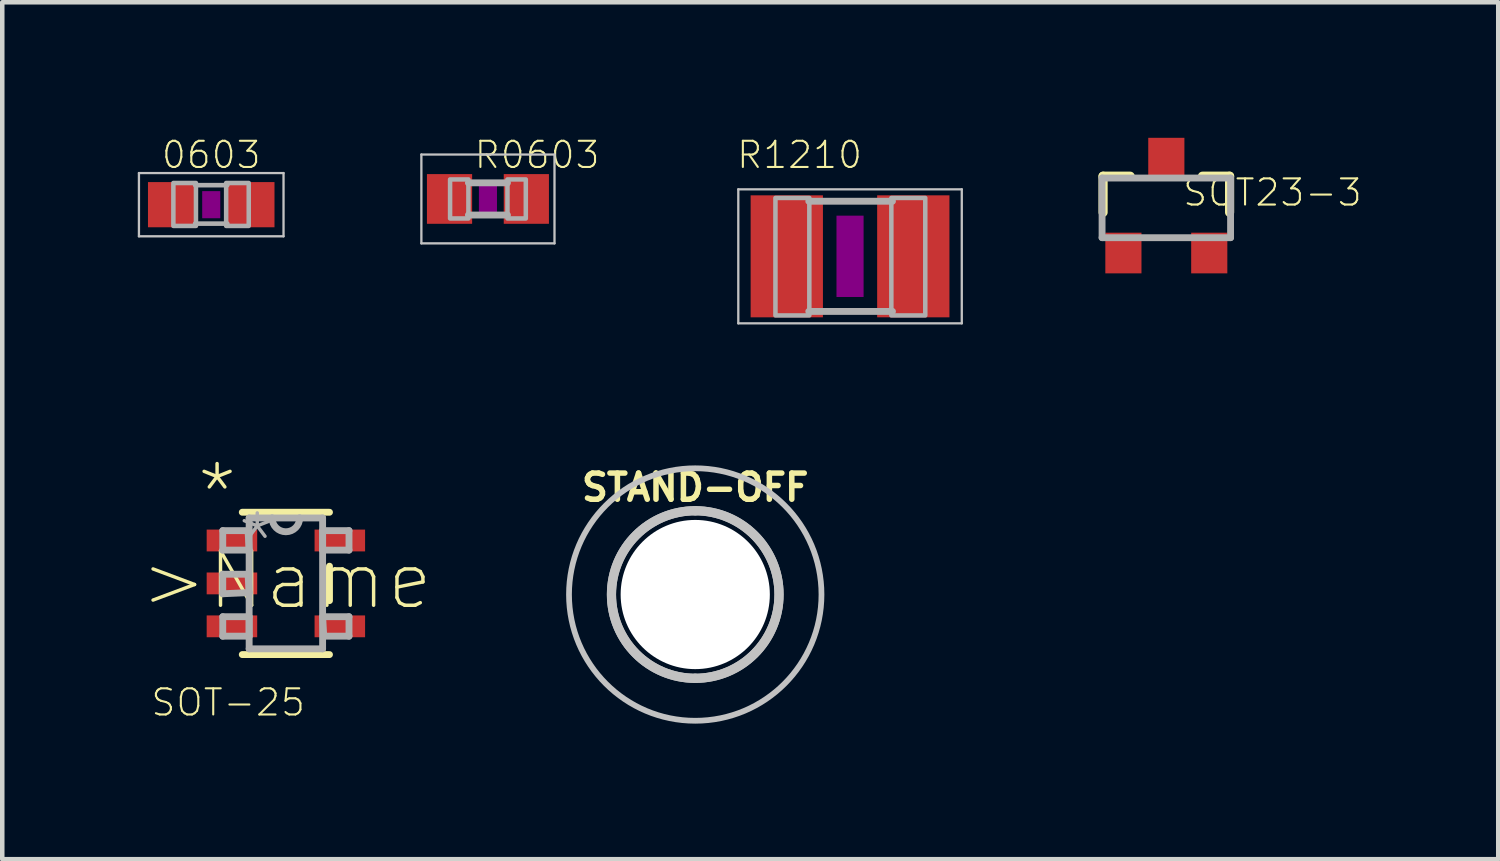
<source format=kicad_pcb>
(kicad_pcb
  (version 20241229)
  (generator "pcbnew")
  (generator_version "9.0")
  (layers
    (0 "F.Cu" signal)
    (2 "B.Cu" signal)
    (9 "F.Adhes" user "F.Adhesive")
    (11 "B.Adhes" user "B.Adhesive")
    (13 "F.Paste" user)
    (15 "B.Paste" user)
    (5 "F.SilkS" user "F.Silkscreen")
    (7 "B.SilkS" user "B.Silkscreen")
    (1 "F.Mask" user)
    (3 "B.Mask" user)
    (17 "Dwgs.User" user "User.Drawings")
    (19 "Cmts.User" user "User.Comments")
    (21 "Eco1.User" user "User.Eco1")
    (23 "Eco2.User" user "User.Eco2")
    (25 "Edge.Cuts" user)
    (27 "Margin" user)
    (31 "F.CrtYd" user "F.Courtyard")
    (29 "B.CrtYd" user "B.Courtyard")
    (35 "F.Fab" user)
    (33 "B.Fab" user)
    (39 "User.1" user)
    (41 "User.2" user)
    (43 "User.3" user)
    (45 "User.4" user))
  (footprint "STAND-OFF"
    (layer "F.Cu")
    (at 12.337 10.108)
    (property "Reference" "STAND-OFF" (at 0 -2.032 0) (layer "F.SilkS") (effects (font (size 0.579 0.579) (thickness 0.122)) (justify bottom)))
    (attr through_hole)
    (fp_arc (start 0 -1.8542) (mid 1.8542 0) (end 0 1.8542) (stroke (width 0.2032) (type solid)) (layer "Dwgs.User"))
    (fp_arc (start 0 -1.8542) (mid 1.8542 0) (end 0 1.8542) (stroke (width 0.2032) (type solid)) (layer "Dwgs.User"))
    (fp_arc (start 0 1.8542) (mid -1.8542 0) (end 0 -1.8542) (stroke (width 0.2032) (type solid)) (layer "Dwgs.User"))
    (fp_arc (start 0 1.8542) (mid -1.8542 0) (end 0 -1.8542) (stroke (width 0.2032) (type solid)) (layer "Dwgs.User"))
    (fp_circle (center 0 0) (end 2.794 0) (stroke (width 0.127) (type solid)) (fill no) (layer "Dwgs.User"))
    (pad "" np_thru_hole circle (at 0 0) (size 3.302 3.302) (drill 3.302) (layers "*.Cu" "*.Mask")))
  (footprint "R1210"
    (layer "F.Cu")
    (at 15.763 2.623)
    (property "Reference" "R1210" (at -2.54 -1.905 180) (layer "F.SilkS") (effects (font (size 0.579 0.579) (thickness 0.046)) (justify left bottom)))
    (attr through_hole)
    (fp_poly (pts (xy -0.3 0.9) (xy 0.3 0.9) (xy 0.3 -0.9) (xy -0.3 -0.9)) (stroke (width 0) (type solid)) (fill yes) (layer "F.Adhes"))
    (fp_line (start -2.473 -1.483) (end 2.473 -1.483) (stroke (width 0.051) (type solid)) (layer "Dwgs.User"))
    (fp_line (start -2.473 1.483) (end -2.473 -1.483) (stroke (width 0.051) (type solid)) (layer "Dwgs.User"))
    (fp_line (start 2.473 -1.483) (end 2.473 1.483) (stroke (width 0.051) (type solid)) (layer "Dwgs.User"))
    (fp_line (start 2.473 1.483) (end -2.473 1.483) (stroke (width 0.051) (type solid)) (layer "Dwgs.User"))
    (fp_line (start -0.913 -1.219) (end 0.939 -1.219) (stroke (width 0.152) (type solid)) (layer "F.Fab"))
    (fp_line (start -0.913 1.219) (end 0.939 1.219) (stroke (width 0.152) (type solid)) (layer "F.Fab"))
    (fp_poly (pts (xy -1.651 1.308) (xy -0.901 1.308) (xy -0.901 -1.292) (xy -1.651 -1.292)) (stroke (width 0.1) (type solid)) (fill no) (layer "F.Fab"))
    (fp_poly (pts (xy 0.914 1.308) (xy 1.665 1.308) (xy 1.665 -1.292) (xy 0.914 -1.292)) (stroke (width 0.1) (type solid)) (fill no) (layer "F.Fab"))
    (pad "1" smd rect (at -1.4 0) (size 1.6 2.7) (layers "F.Cu" "F.Mask" "F.Paste"))
    (pad "2" smd rect (at 1.4 0) (size 1.6 2.7) (layers "F.Cu" "F.Mask" "F.Paste")))
  (footprint "SOT23-3"
    (layer "F.Cu")
    (at 22.763 1.55)
    (property "Reference" "SOT23-3" (at 2.349 0 180) (layer "F.SilkS") (effects (font (size 0.579 0.579) (thickness 0.046)) (justify bottom)))
    (attr through_hole)
    (fp_line (start -1.4 -0.7) (end -1.4 0.1) (stroke (width 0.203) (type solid)) (layer "F.SilkS"))
    (fp_line (start -0.8 -0.7) (end -1.4 -0.7) (stroke (width 0.203) (type solid)) (layer "F.SilkS"))
    (fp_line (start 0.8 -0.7) (end 1.4 -0.7) (stroke (width 0.203) (type solid)) (layer "F.SilkS"))
    (fp_line (start 1.4 -0.7) (end 1.4 0.1) (stroke (width 0.203) (type solid)) (layer "F.SilkS"))
    (fp_line (start -1.422 -0.66) (end 1.422 -0.66) (stroke (width 0.152) (type solid)) (layer "F.Fab"))
    (fp_line (start -1.422 0.66) (end -1.422 -0.66) (stroke (width 0.152) (type solid)) (layer "F.Fab"))
    (fp_line (start 1.422 -0.66) (end 1.422 0.66) (stroke (width 0.152) (type solid)) (layer "F.Fab"))
    (fp_line (start 1.422 0.66) (end -1.422 0.66) (stroke (width 0.152) (type solid)) (layer "F.Fab"))
    (pad "1" smd rect (at -0.95 1) (size 0.8 0.9) (layers "F.Cu" "F.Mask" "F.Paste"))
    (pad "2" smd rect (at 0.95 1) (size 0.8 0.9) (layers "F.Cu" "F.Mask" "F.Paste"))
    (pad "3" smd rect (at 0 -1.1) (size 0.8 0.9) (layers "F.Cu" "F.Mask" "F.Paste")))
  (footprint "SOT-25"
    (layer "F.Cu")
    (at 3.277 9.862)
    (property "Reference" "SOT-25" (at -1.277 2.635 0) (layer "F.SilkS") (effects (font (size 0.579 0.579) (thickness 0.046))))
    (attr through_hole)
    (fp_line (start -0.965 1.575) (end 0.965 1.575) (stroke (width 0.152) (type solid)) (layer "F.SilkS"))
    (fp_line (start 0.965 -1.575) (end -0.965 -1.575) (stroke (width 0.152) (type solid)) (layer "F.SilkS"))
    (fp_line (start 0.965 0.381) (end 0.965 -0.381) (stroke (width 0.152) (type solid)) (layer "F.SilkS"))
    (fp_line (start -1.397 -1.168) (end -1.397 -0.737) (stroke (width 0.152) (type solid)) (layer "F.Fab"))
    (fp_line (start -1.397 -0.737) (end -0.813 -0.737) (stroke (width 0.152) (type solid)) (layer "F.Fab"))
    (fp_line (start -1.397 -0.203) (end -1.397 0.229) (stroke (width 0.152) (type solid)) (layer "F.Fab"))
    (fp_line (start -1.397 0.229) (end -0.813 0.203) (stroke (width 0.152) (type solid)) (layer "F.Fab"))
    (fp_line (start -1.397 0.737) (end -1.397 1.168) (stroke (width 0.152) (type solid)) (layer "F.Fab"))
    (fp_line (start -1.397 1.168) (end -0.813 1.168) (stroke (width 0.152) (type solid)) (layer "F.Fab"))
    (fp_line (start -0.838 -1.168) (end -1.397 -1.168) (stroke (width 0.152) (type solid)) (layer "F.Fab"))
    (fp_line (start -0.838 -0.203) (end -1.397 -0.203) (stroke (width 0.152) (type solid)) (layer "F.Fab"))
    (fp_line (start -0.813 -1.448) (end -0.813 1.448) (stroke (width 0.152) (type solid)) (layer "F.Fab"))
    (fp_line (start -0.813 -0.737) (end -0.838 -1.168) (stroke (width 0.152) (type solid)) (layer "F.Fab"))
    (fp_line (start -0.813 0.203) (end -0.838 -0.203) (stroke (width 0.152) (type solid)) (layer "F.Fab"))
    (fp_line (start -0.813 0.737) (end -1.397 0.737) (stroke (width 0.152) (type solid)) (layer "F.Fab"))
    (fp_line (start -0.813 1.168) (end -0.813 0.737) (stroke (width 0.152) (type solid)) (layer "F.Fab"))
    (fp_line (start -0.813 1.448) (end 0.813 1.448) (stroke (width 0.152) (type solid)) (layer "F.Fab"))
    (fp_line (start -0.305 -1.448) (end -0.813 -1.448) (stroke (width 0.152) (type solid)) (layer "F.Fab"))
    (fp_line (start 0.305 -1.448) (end -0.305 -1.448) (stroke (width 0.152) (type solid)) (layer "F.Fab"))
    (fp_line (start 0.813 -1.448) (end 0.305 -1.448) (stroke (width 0.152) (type solid)) (layer "F.Fab"))
    (fp_line (start 0.813 -1.168) (end 0.813 -0.737) (stroke (width 0.152) (type solid)) (layer "F.Fab"))
    (fp_line (start 0.813 -0.737) (end 1.397 -0.737) (stroke (width 0.152) (type solid)) (layer "F.Fab"))
    (fp_line (start 0.813 0.737) (end 0.838 1.168) (stroke (width 0.152) (type solid)) (layer "F.Fab"))
    (fp_line (start 0.813 1.448) (end 0.813 -1.448) (stroke (width 0.152) (type solid)) (layer "F.Fab"))
    (fp_line (start 0.838 1.168) (end 1.397 1.168) (stroke (width 0.152) (type solid)) (layer "F.Fab"))
    (fp_line (start 1.397 -1.168) (end 0.813 -1.168) (stroke (width 0.152) (type solid)) (layer "F.Fab"))
    (fp_line (start 1.397 -0.737) (end 1.397 -1.168) (stroke (width 0.152) (type solid)) (layer "F.Fab"))
    (fp_line (start 1.397 0.737) (end 0.813 0.737) (stroke (width 0.152) (type solid)) (layer "F.Fab"))
    (fp_line (start 1.397 1.168) (end 1.397 0.737) (stroke (width 0.152) (type solid)) (layer "F.Fab"))
    (fp_arc (start 0.3048 -1.4478) (mid 0 -1.143) (end -0.3048 -1.4478) (stroke (width 0.1524) (type solid)) (layer "F.Fab"))
    (fp_text user ">Name" (at -3.277 0.635 0) (layer "F.SilkS") (effects (font (size 1.206 1.206) (thickness 0.076)) (justify left bottom)))
    (fp_text user "*" (at -2.032 -1.295 0) (layer "F.SilkS") (effects (font (size 1.206 1.206) (thickness 0.076)) (justify left bottom)))
    (fp_text user "*" (at -1.143 -0.203 0) (layer "F.Fab") (effects (font (size 1.206 1.206) (thickness 0.076)) (justify left bottom)))
    (pad "1" smd rect (at -1.194 -0.95) (size 1.118 0.483) (layers "F.Cu" "F.Mask" "F.Paste"))
    (pad "2" smd rect (at -1.194 0) (size 1.118 0.483) (layers "F.Cu" "F.Mask" "F.Paste"))
    (pad "3" smd rect (at -1.194 0.95) (size 1.118 0.483) (layers "F.Cu" "F.Mask" "F.Paste"))
    (pad "4" smd rect (at 1.194 0.95) (size 1.118 0.483) (layers "F.Cu" "F.Mask" "F.Paste"))
    (pad "5" smd rect (at 1.194 -0.95) (size 1.118 0.483) (layers "F.Cu" "F.Mask" "F.Paste")))
  (footprint "0603"
    (layer "F.Cu")
    (at 1.625 1.48)
    (property "Reference" "0603" (at 0 -0.762 0) (layer "F.SilkS") (effects (font (size 0.579 0.579) (thickness 0.046)) (justify bottom)))
    (attr through_hole)
    (fp_poly (pts (xy -0.2 0.3) (xy 0.2 0.3) (xy 0.2 -0.3) (xy -0.2 -0.3)) (stroke (width 0) (type solid)) (fill yes) (layer "F.Adhes"))
    (fp_line (start -1.6 -0.7) (end 1.6 -0.7) (stroke (width 0.051) (type solid)) (layer "Dwgs.User"))
    (fp_line (start -1.6 0.7) (end -1.6 -0.7) (stroke (width 0.051) (type solid)) (layer "Dwgs.User"))
    (fp_line (start 1.6 -0.7) (end 1.6 0.7) (stroke (width 0.051) (type solid)) (layer "Dwgs.User"))
    (fp_line (start 1.6 0.7) (end -1.6 0.7) (stroke (width 0.051) (type solid)) (layer "Dwgs.User"))
    (fp_line (start -0.356 -0.432) (end 0.356 -0.432) (stroke (width 0.102) (type solid)) (layer "F.Fab"))
    (fp_line (start -0.356 0.419) (end 0.356 0.419) (stroke (width 0.102) (type solid)) (layer "F.Fab"))
    (fp_poly (pts (xy -0.838 0.47) (xy -0.338 0.47) (xy -0.338 -0.48) (xy -0.838 -0.48)) (stroke (width 0.1) (type solid)) (fill no) (layer "F.Fab"))
    (fp_poly (pts (xy 0.33 0.47) (xy 0.83 0.47) (xy 0.83 -0.48) (xy 0.33 -0.48)) (stroke (width 0.1) (type solid)) (fill no) (layer "F.Fab"))
    (pad "1" smd rect (at -0.85 0) (size 1.1 1) (layers "F.Cu" "F.Mask" "F.Paste"))
    (pad "2" smd rect (at 0.85 0) (size 1.1 1) (layers "F.Cu" "F.Mask" "F.Paste")))
  (footprint "R0603"
    (layer "F.Cu")
    (at 7.749 1.353)
    (property "Reference" "R0603" (at -0.335 -0.635 0) (layer "F.SilkS") (effects (font (size 0.579 0.579) (thickness 0.046)) (justify left bottom)))
    (attr through_hole)
    (fp_poly (pts (xy -0.2 0.4) (xy 0.2 0.4) (xy 0.2 -0.4) (xy -0.2 -0.4)) (stroke (width 0) (type solid)) (fill yes) (layer "F.Adhes"))
    (fp_line (start -1.473 -0.983) (end 1.473 -0.983) (stroke (width 0.051) (type solid)) (layer "Dwgs.User"))
    (fp_line (start -1.473 0.983) (end -1.473 -0.983) (stroke (width 0.051) (type solid)) (layer "Dwgs.User"))
    (fp_line (start 1.473 -0.983) (end 1.473 0.983) (stroke (width 0.051) (type solid)) (layer "Dwgs.User"))
    (fp_line (start 1.473 0.983) (end -1.473 0.983) (stroke (width 0.051) (type solid)) (layer "Dwgs.User"))
    (fp_line (start -0.432 0.356) (end 0.432 0.356) (stroke (width 0.152) (type solid)) (layer "F.Fab"))
    (fp_line (start 0.432 -0.356) (end -0.432 -0.356) (stroke (width 0.152) (type solid)) (layer "F.Fab"))
    (fp_poly (pts (xy -0.838 0.432) (xy -0.432 0.432) (xy -0.432 -0.432) (xy -0.838 -0.432)) (stroke (width 0.1) (type solid)) (fill no) (layer "F.Fab"))
    (fp_poly (pts (xy 0.432 0.432) (xy 0.838 0.432) (xy 0.838 -0.432) (xy 0.432 -0.432)) (stroke (width 0.1) (type solid)) (fill no) (layer "F.Fab"))
    (pad "1" smd rect (at -0.85 0) (size 1 1.1) (layers "F.Cu" "F.Mask" "F.Paste"))
    (pad "2" smd rect (at 0.85 0) (size 1 1.1) (layers "F.Cu" "F.Mask" "F.Paste")))
  (gr_rect
    (start -3 -3)
    (end 30.109 15.966)
    (stroke (width 0.1) (type default))
    (fill no)
    (layer "Edge.Cuts")))
</source>
